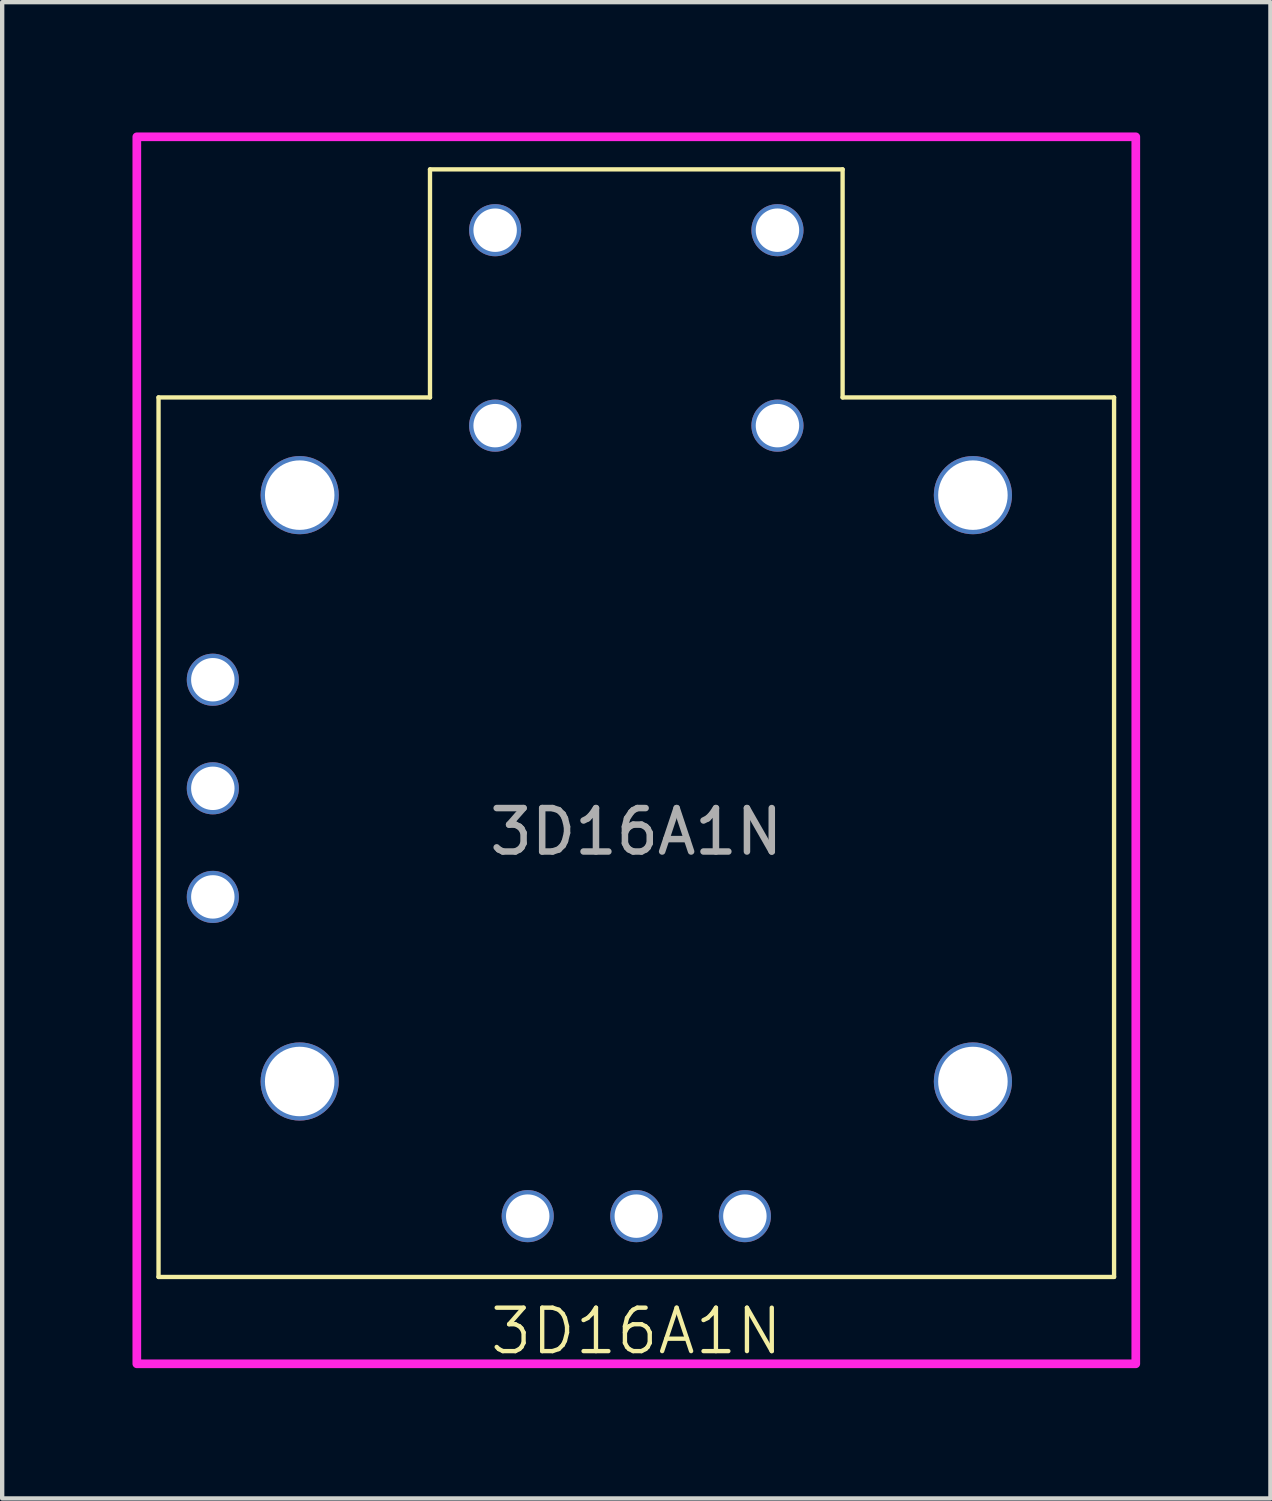
<source format=kicad_pcb>
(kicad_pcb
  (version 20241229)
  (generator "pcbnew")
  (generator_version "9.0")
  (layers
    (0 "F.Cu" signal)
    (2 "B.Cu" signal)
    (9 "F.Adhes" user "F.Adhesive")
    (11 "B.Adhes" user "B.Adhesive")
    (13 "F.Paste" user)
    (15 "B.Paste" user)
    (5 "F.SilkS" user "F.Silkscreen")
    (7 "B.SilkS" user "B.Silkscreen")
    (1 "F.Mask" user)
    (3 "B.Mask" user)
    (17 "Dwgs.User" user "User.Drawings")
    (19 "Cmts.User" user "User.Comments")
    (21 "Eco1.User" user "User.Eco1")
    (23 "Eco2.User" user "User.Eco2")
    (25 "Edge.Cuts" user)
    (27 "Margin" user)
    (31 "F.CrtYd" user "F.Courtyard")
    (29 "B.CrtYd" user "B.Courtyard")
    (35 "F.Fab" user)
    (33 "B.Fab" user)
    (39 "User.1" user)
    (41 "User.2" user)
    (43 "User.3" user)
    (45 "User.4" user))
  (footprint "3D16A1N"
    (layer "F.Cu")
    (at 11.6 15.1)
    (property "Reference" "3D16A1N" (at 0 12.5 0) (unlocked yes) (layer "F.SilkS") (effects (font (size 1 1) (thickness 0.1))))
    (attr through_hole)
    (fp_line (start -11 -9) (end -4.75 -9) (stroke (width 0.1) (type default)) (layer "F.SilkS"))
    (fp_line (start -11 11.25) (end -11 -9) (stroke (width 0.1) (type solid)) (layer "F.SilkS"))
    (fp_line (start -11 11.25) (end 11 11.25) (stroke (width 0.1) (type solid)) (layer "F.SilkS"))
    (fp_line (start -4.75 -14.25) (end 4.75 -14.25) (stroke (width 0.1) (type solid)) (layer "F.SilkS"))
    (fp_line (start -4.75 -9) (end -4.75 -14.25) (stroke (width 0.1) (type default)) (layer "F.SilkS"))
    (fp_line (start 4.75 -9) (end 4.75 -14.25) (stroke (width 0.1) (type default)) (layer "F.SilkS"))
    (fp_line (start 4.75 -9) (end 11 -9) (stroke (width 0.1) (type default)) (layer "F.SilkS"))
    (fp_line (start 11 11.25) (end 11 -9) (stroke (width 0.1) (type solid)) (layer "F.SilkS"))
    (fp_rect (start -11.5 -15) (end 11.5 13.25) (stroke (width 0.2) (type solid)) (fill no) (layer "F.CrtYd"))
    (fp_text user "${REFERENCE}" (at 0 1 0) (unlocked yes) (layer "F.Fab") (effects (font (size 1 1) (thickness 0.15))))
    (pad "" np_thru_hole circle (at -7.75 -6.75 90) (size 1.8 1.8) (drill 1.6) (layers "*.Cu" "*.Mask"))
    (pad "" np_thru_hole circle (at -7.75 6.75 90) (size 1.8 1.8) (drill 1.6) (layers "*.Cu" "*.Mask"))
    (pad "" np_thru_hole circle (at 7.75 -6.75 90) (size 1.8 1.8) (drill 1.6) (layers "*.Cu" "*.Mask"))
    (pad "" np_thru_hole circle (at 7.75 6.75 90) (size 1.8 1.8) (drill 1.6) (layers "*.Cu" "*.Mask"))
    (pad "1" thru_hole circle (at -9.75 -2.5) (size 1.2 1.2) (drill 1) (layers "*.Cu" "*.Mask"))
    (pad "1'" thru_hole circle (at -2.5 9.85) (size 1.2 1.2) (drill 1) (layers "*.Cu" "*.Mask"))
    (pad "2" thru_hole circle (at -9.75 0) (size 1.2 1.2) (drill 1) (layers "*.Cu" "*.Mask"))
    (pad "2'" thru_hole circle (at 0 9.85) (size 1.2 1.2) (drill 1) (layers "*.Cu" "*.Mask"))
    (pad "3" thru_hole circle (at -9.75 2.5) (size 1.2 1.2) (drill 1) (layers "*.Cu" "*.Mask"))
    (pad "3'" thru_hole circle (at 2.5 9.85) (size 1.2 1.2) (drill 1) (layers "*.Cu" "*.Mask"))
    (pad "S1" thru_hole circle (at -3.25 -12.85) (size 1.2 1.2) (drill 1) (layers "*.Cu" "*.Mask"))
    (pad "S2" thru_hole circle (at 3.25 -12.85) (size 1.2 1.2) (drill 1) (layers "*.Cu" "*.Mask"))
    (pad "S3" thru_hole circle (at -3.25 -8.35) (size 1.2 1.2) (drill 1) (layers "*.Cu" "*.Mask"))
    (pad "S4" thru_hole circle (at 3.25 -8.35) (size 1.2 1.2) (drill 1) (layers "*.Cu" "*.Mask"))
    (zone (net_name "") (layers "F.Cu" "B.Cu") (hatch edge 0.5) (connect_pads) (min_thickness 0.25) (filled_areas_thickness no) (keepout (tracks not_allowed) (vias not_allowed) (pads not_allowed) (copperpour allowed) (footprints allowed)) (placement (enabled no)) (fill) (polygon (pts (xy 2.85 8.35) (xy 3.1 7.6) (xy 3.85 7.35) (xy 4.65 7.6) (xy 4.85 8.35) (xy 4.65 9.1) (xy 3.85 9.35) (xy 3.1 9.1))))
    (zone (net_name "") (layers "F.Cu" "B.Cu") (hatch edge 0.5) (connect_pads) (min_thickness 0.25) (filled_areas_thickness no) (keepout (tracks not_allowed) (vias not_allowed) (pads not_allowed) (copperpour allowed) (footprints allowed)) (placement (enabled no)) (fill) (polygon (pts (xy 2.85 21.85) (xy 3.1 21.1) (xy 3.85 20.85) (xy 4.65 21.1) (xy 4.85 21.85) (xy 4.65 22.6) (xy 3.85 22.85) (xy 3.1 22.6))))
    (zone (net_name "") (layers "F.Cu" "B.Cu") (hatch edge 0.5) (connect_pads) (min_thickness 0.25) (filled_areas_thickness no) (keepout (tracks not_allowed) (vias not_allowed) (pads not_allowed) (copperpour allowed) (footprints allowed)) (placement (enabled no)) (fill) (polygon (pts (xy 18.35 8.35) (xy 18.6 7.6) (xy 19.35 7.35) (xy 20.15 7.6) (xy 20.35 8.35) (xy 20.15 9.1) (xy 19.35 9.35) (xy 18.6 9.1))))
    (zone (net_name "") (layers "F.Cu" "B.Cu") (hatch edge 0.5) (connect_pads) (min_thickness 0.25) (filled_areas_thickness no) (keepout (tracks not_allowed) (vias not_allowed) (pads not_allowed) (copperpour allowed) (footprints allowed)) (placement (enabled no)) (fill) (polygon (pts (xy 18.35 21.85) (xy 18.6 21.1) (xy 19.35 20.85) (xy 20.15 21.1) (xy 20.35 21.85) (xy 20.15 22.6) (xy 19.35 22.85) (xy 18.6 22.6)))))
  (gr_rect
    (start -3 -3)
    (end 26.2 31.45)
    (stroke (width 0.1) (type default))
    (fill no)
    (layer "Edge.Cuts")))
</source>
